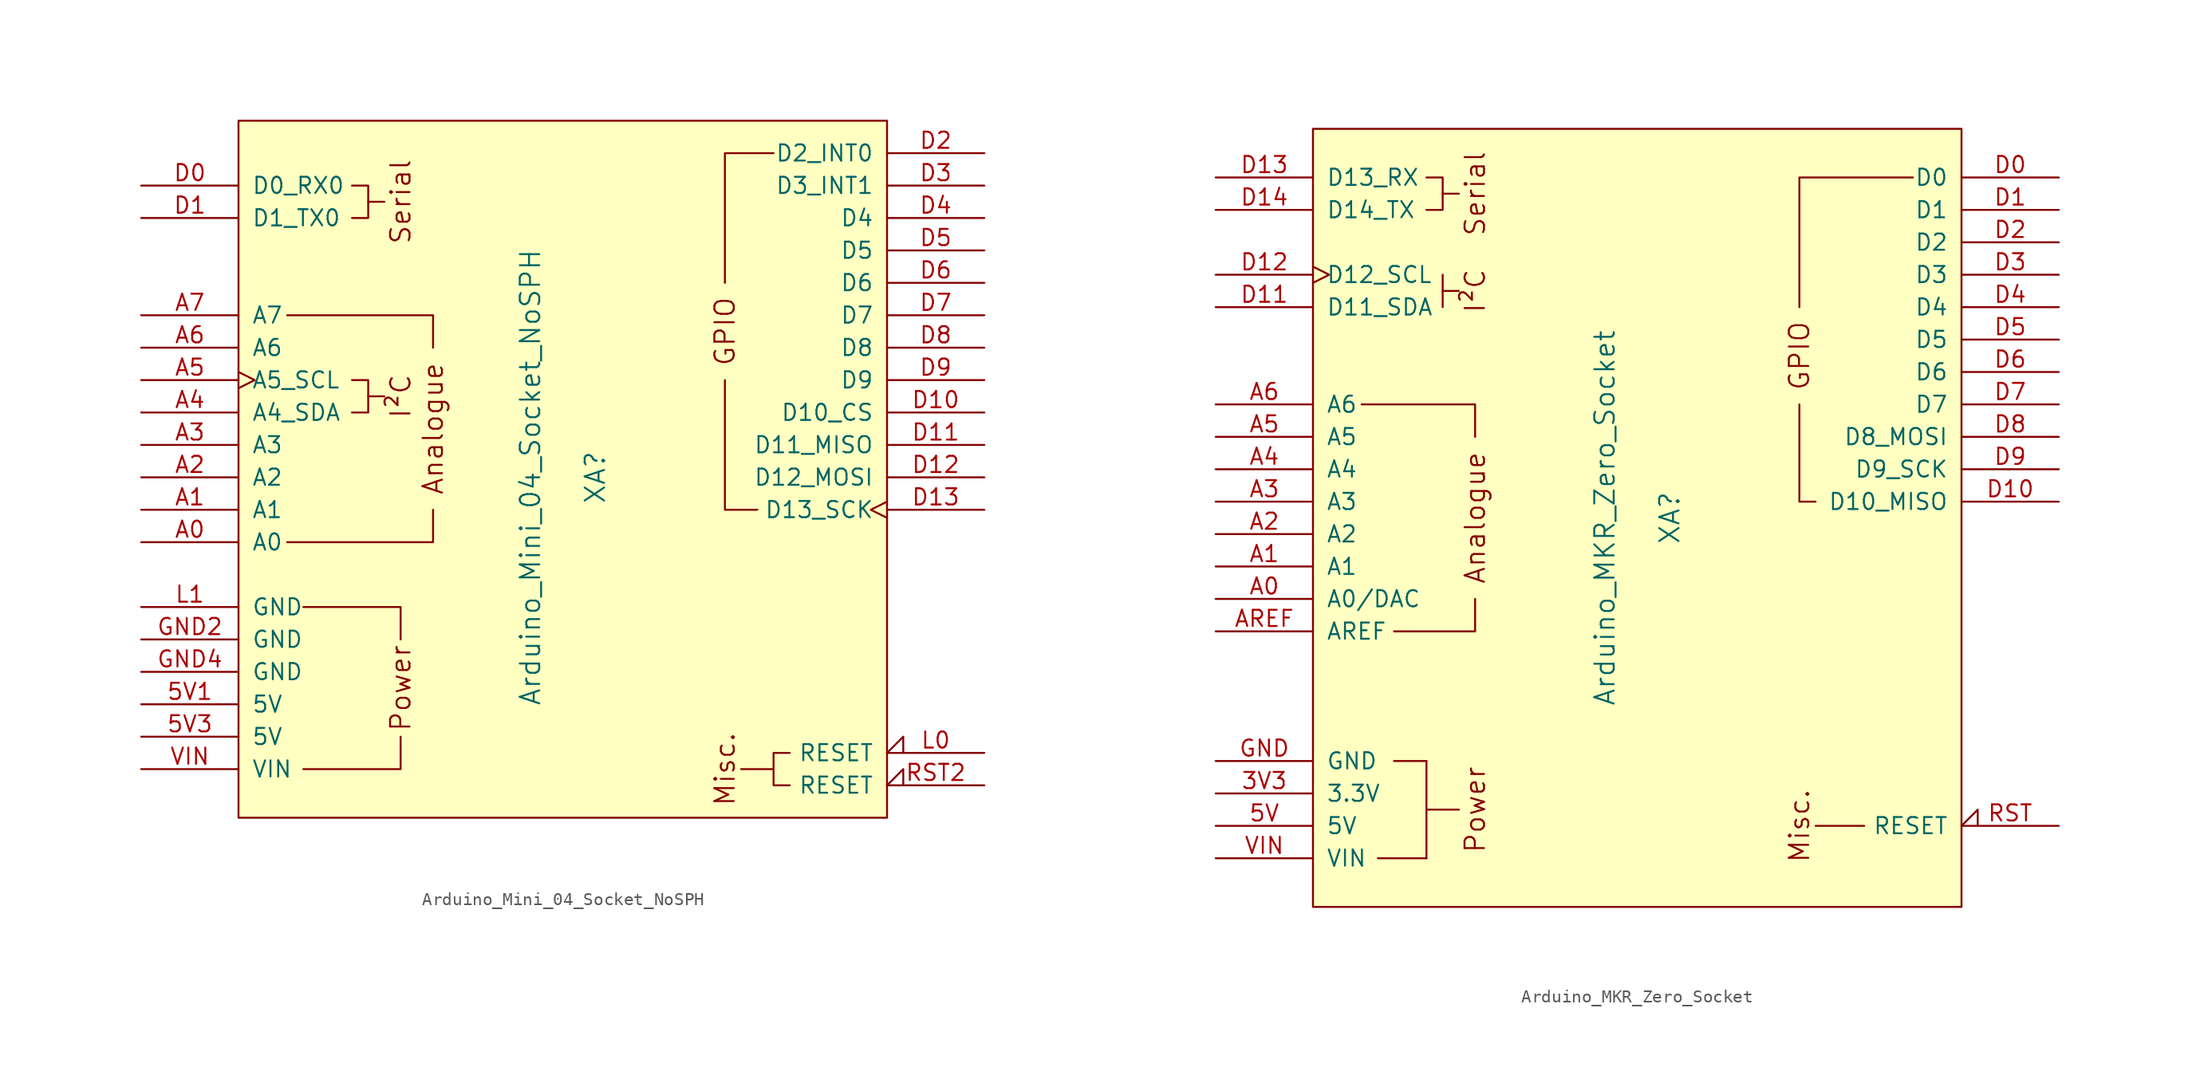
<source format=kicad_sym>
(kicad_symbol_lib
  (version 20211014)
  (generator kicad_symbol_editor)
  (symbol "Arduino_Mini_04_Socket_NoSPH"
    (pin_names
      (offset 1.016))
    (property "Reference" "XA"
      (at 2.54 0 90)
      (effects (font (size 1.524 1.524))))
    (property "Value" "Arduino_Mini_04_Socket_NoSPH"
      (at -2.54 0 90)
      (effects (font (size 1.524 1.524))))
    (symbol "Arduino_Mini_04_Socket_NoSPH_0_0"
      (rectangle (start -25.4 27.94) (end 25.4 -26.67) (stroke (width 0) (type default) (color 0 0 0 0)) (fill (type background)))
      (polyline (pts (xy -15.24 6.35) (xy -13.97 6.35)) (stroke (width 0) (type default) (color 0 0 0 0)) (fill (type none)))
      (polyline (pts (xy -15.24 21.59) (xy -13.97 21.59)) (stroke (width 0) (type default) (color 0 0 0 0)) (fill (type none)))
      (polyline (pts (xy 16.51 -22.86) (xy 13.97 -22.86)) (stroke (width 0) (type default) (color 0 0 0 0)) (fill (type none)))
      (polyline (pts (xy -20.32 -22.86) (xy -12.7 -22.86) (xy -12.7 -20.32)) (stroke (width 0) (type default) (color 0 0 0 0)) (fill (type none)))
      (polyline (pts (xy -12.7 -12.7) (xy -12.7 -10.16) (xy -20.32 -10.16)) (stroke (width 0) (type default) (color 0 0 0 0)) (fill (type none)))
      (polyline (pts (xy -10.16 -2.54) (xy -10.16 -5.08) (xy -21.59 -5.08)) (stroke (width 0) (type default) (color 0 0 0 0)) (fill (type none)))
      (polyline (pts (xy -10.16 10.16) (xy -10.16 12.7) (xy -21.59 12.7)) (stroke (width 0) (type default) (color 0 0 0 0)) (fill (type none)))
      (polyline (pts (xy -16.51 7.62) (xy -15.24 7.62) (xy -15.24 5.08) (xy -16.51 5.08)) (stroke (width 0) (type default) (color 0 0 0 0)) (fill (type none)))
      (polyline (pts (xy -16.51 22.86) (xy -15.24 22.86) (xy -15.24 20.32) (xy -16.51 20.32)) (stroke (width 0) (type default) (color 0 0 0 0)) (fill (type none)))
      (text "Analogue" (at -10.16 3.81 900) (effects (font (size 1.524 1.524))))
      (text "I²C" (at -12.7 6.35 900) (effects (font (size 1.524 1.524))))
      (text "Misc." (at 12.7 -22.86 900) (effects (font (size 1.524 1.524))))
      (text "Power" (at -12.7 -16.51 900) (effects (font (size 1.524 1.524))))
      (text "Serial" (at -12.7 21.59 900) (effects (font (size 1.524 1.524)))))
    (symbol "Arduino_Mini_04_Socket_NoSPH_0_1"
      (polyline (pts (xy 15.24 -2.54) (xy 12.7 -2.54) (xy 12.7 7.62)) (stroke (width 0) (type default) (color 0 0 0 0)) (fill (type none)))
      (polyline (pts (xy 16.51 25.4) (xy 12.7 25.4) (xy 12.7 15.24)) (stroke (width 0) (type default) (color 0 0 0 0)) (fill (type none)))
      (polyline (pts (xy 17.78 -21.59) (xy 16.51 -21.59) (xy 16.51 -24.13) (xy 17.78 -24.13)) (stroke (width 0) (type default) (color 0 0 0 0)) (fill (type none))))
    (symbol "Arduino_Mini_04_Socket_NoSPH_1_0"
      (text "GPIO" (at 12.7 11.43 900) (effects (font (size 1.524 1.524)))))
    (symbol "Arduino_Mini_04_Socket_NoSPH_1_1"
      (pin power_in line (at -33.02 -17.78 0) (length 7.62) (name "5V" (effects (font (size 1.27 1.27)))) (number "5V1" (effects (font (size 1.27 1.27)))))
      (pin power_in line (at -33.02 -20.32 0) (length 7.62) (name "5V" (effects (font (size 1.27 1.27)))) (number "5V3" (effects (font (size 1.27 1.27)))))
      (pin bidirectional line (at -33.02 -5.08 0) (length 7.62) (name "A0" (effects (font (size 1.27 1.27)))) (number "A0" (effects (font (size 1.27 1.27)))))
      (pin bidirectional line (at -33.02 -2.54 0) (length 7.62) (name "A1" (effects (font (size 1.27 1.27)))) (number "A1" (effects (font (size 1.27 1.27)))))
      (pin bidirectional line (at -33.02 0 0) (length 7.62) (name "A2" (effects (font (size 1.27 1.27)))) (number "A2" (effects (font (size 1.27 1.27)))))
      (pin bidirectional line (at -33.02 2.54 0) (length 7.62) (name "A3" (effects (font (size 1.27 1.27)))) (number "A3" (effects (font (size 1.27 1.27)))))
      (pin bidirectional line (at -33.02 5.08 0) (length 7.62) (name "A4_SDA" (effects (font (size 1.27 1.27)))) (number "A4" (effects (font (size 1.27 1.27)))))
      (pin bidirectional clock (at -33.02 7.62 0) (length 7.62) (name "A5_SCL" (effects (font (size 1.27 1.27)))) (number "A5" (effects (font (size 1.27 1.27)))))
      (pin input line (at -33.02 10.16 0) (length 7.62) (name "A6" (effects (font (size 1.27 1.27)))) (number "A6" (effects (font (size 1.27 1.27)))))
      (pin input line (at -33.02 12.7 0) (length 7.62) (name "A7" (effects (font (size 1.27 1.27)))) (number "A7" (effects (font (size 1.27 1.27)))))
      (pin bidirectional line (at -33.02 22.86 0) (length 7.62) (name "D0_RX0" (effects (font (size 1.27 1.27)))) (number "D0" (effects (font (size 1.27 1.27)))))
      (pin bidirectional line (at -33.02 20.32 0) (length 7.62) (name "D1_TX0" (effects (font (size 1.27 1.27)))) (number "D1" (effects (font (size 1.27 1.27)))))
      (pin bidirectional line (at 33.02 5.08 180) (length 7.62) (name "D10_CS" (effects (font (size 1.27 1.27)))) (number "D10" (effects (font (size 1.27 1.27)))))
      (pin bidirectional line (at 33.02 2.54 180) (length 7.62) (name "D11_MISO" (effects (font (size 1.27 1.27)))) (number "D11" (effects (font (size 1.27 1.27)))))
      (pin bidirectional line (at 33.02 0 180) (length 7.62) (name "D12_MOSI" (effects (font (size 1.27 1.27)))) (number "D12" (effects (font (size 1.27 1.27)))))
      (pin bidirectional clock (at 33.02 -2.54 180) (length 7.62) (name "D13_SCK" (effects (font (size 1.27 1.27)))) (number "D13" (effects (font (size 1.27 1.27)))))
      (pin bidirectional line (at 33.02 25.4 180) (length 7.62) (name "D2_INT0" (effects (font (size 1.27 1.27)))) (number "D2" (effects (font (size 1.27 1.27)))))
      (pin bidirectional line (at 33.02 22.86 180) (length 7.62) (name "D3_INT1" (effects (font (size 1.27 1.27)))) (number "D3" (effects (font (size 1.27 1.27)))))
      (pin bidirectional line (at 33.02 20.32 180) (length 7.62) (name "D4" (effects (font (size 1.27 1.27)))) (number "D4" (effects (font (size 1.27 1.27)))))
      (pin bidirectional line (at 33.02 17.78 180) (length 7.62) (name "D5" (effects (font (size 1.27 1.27)))) (number "D5" (effects (font (size 1.27 1.27)))))
      (pin bidirectional line (at 33.02 15.24 180) (length 7.62) (name "D6" (effects (font (size 1.27 1.27)))) (number "D6" (effects (font (size 1.27 1.27)))))
      (pin bidirectional line (at 33.02 12.7 180) (length 7.62) (name "D7" (effects (font (size 1.27 1.27)))) (number "D7" (effects (font (size 1.27 1.27)))))
      (pin bidirectional line (at 33.02 10.16 180) (length 7.62) (name "D8" (effects (font (size 1.27 1.27)))) (number "D8" (effects (font (size 1.27 1.27)))))
      (pin bidirectional line (at 33.02 7.62 180) (length 7.62) (name "D9" (effects (font (size 1.27 1.27)))) (number "D9" (effects (font (size 1.27 1.27)))))
      (pin power_in line (at -33.02 -12.7 0) (length 7.62) (name "GND" (effects (font (size 1.27 1.27)))) (number "GND2" (effects (font (size 1.27 1.27)))))
      (pin power_in line (at -33.02 -15.24 0) (length 7.62) (name "GND" (effects (font (size 1.27 1.27)))) (number "GND4" (effects (font (size 1.27 1.27)))))
      (pin open_collector input_low (at 33.02 -21.59 180) (length 7.62) (name "RESET" (effects (font (size 1.27 1.27)))) (number "L0" (effects (font (size 1.27 1.27)))))
      (pin power_in line (at -33.02 -10.16 0) (length 7.62) (name "GND" (effects (font (size 1.27 1.27)))) (number "L1" (effects (font (size 1.27 1.27)))))
      (pin open_collector input_low (at 33.02 -24.13 180) (length 7.62) (name "RESET" (effects (font (size 1.27 1.27)))) (number "RST2" (effects (font (size 1.27 1.27)))))
      (pin power_in line (at -33.02 -22.86 0) (length 7.62) (name "VIN" (effects (font (size 1.27 1.27)))) (number "VIN" (effects (font (size 1.27 1.27)))))))
  (symbol "Arduino_MKR_Zero_Socket"
    (pin_names
      (offset 1.016))
    (property "Reference" "XA"
      (at 2.54 0 90)
      (effects (font (size 1.524 1.524))))
    (property "Value" "Arduino_MKR_Zero_Socket"
      (at -2.54 0 90)
      (effects (font (size 1.524 1.524))))
    (symbol "Arduino_MKR_Zero_Socket_0_0"
      (rectangle (start -25.4 30.48) (end 25.4 -30.48) (stroke (width 0) (type default) (color 0 0 0 0)) (fill (type background)))
      (rectangle (start -20.32 -26.67) (end -16.51 -26.67) (stroke (width 0) (type default) (color 0 0 0 0)) (fill (type none)))
      (rectangle (start -19.05 -19.05) (end -16.51 -19.05) (stroke (width 0) (type default) (color 0 0 0 0)) (fill (type none)))
      (rectangle (start -16.51 -22.86) (end -13.97 -22.86) (stroke (width 0) (type default) (color 0 0 0 0)) (fill (type none)))
      (polyline (pts (xy -16.51 -19.05) (xy -16.51 -26.67)) (stroke (width 0) (type default) (color 0 0 0 0)) (fill (type none)))
      (polyline (pts (xy -15.24 25.4) (xy -13.97 25.4)) (stroke (width 0) (type default) (color 0 0 0 0)) (fill (type none)))
      (polyline (pts (xy -12.7 -6.35) (xy -12.7 -8.89) (xy -19.05 -8.89)) (stroke (width 0) (type default) (color 0 0 0 0)) (fill (type none)))
      (polyline (pts (xy -12.7 6.35) (xy -12.7 8.89) (xy -21.59 8.89)) (stroke (width 0) (type default) (color 0 0 0 0)) (fill (type none)))
      (polyline (pts (xy 12.7 8.89) (xy 12.7 1.27) (xy 13.97 1.27)) (stroke (width 0) (type default) (color 0 0 0 0)) (fill (type none)))
      (polyline (pts (xy 12.7 16.51) (xy 12.7 26.67) (xy 21.59 26.67)) (stroke (width 0) (type default) (color 0 0 0 0)) (fill (type none)))
      (polyline (pts (xy -16.51 26.67) (xy -15.24 26.67) (xy -15.24 24.13) (xy -16.51 24.13)) (stroke (width 0) (type default) (color 0 0 0 0)) (fill (type none)))
      (rectangle (start 13.97 -24.13) (end 17.78 -24.13) (stroke (width 0) (type default) (color 0 0 0 0)) (fill (type none)))
      (text "Analogue" (at -12.7 0 900) (effects (font (size 1.524 1.524))))
      (text "I²C" (at -12.7 17.78 900) (effects (font (size 1.524 1.524))))
      (text "Misc." (at 12.7 -24.13 900) (effects (font (size 1.524 1.524))))
      (text "Power" (at -12.7 -22.86 900) (effects (font (size 1.524 1.524))))
      (text "Serial" (at -12.7 25.4 900) (effects (font (size 1.524 1.524)))))
    (symbol "Arduino_MKR_Zero_Socket_0_1"
      (polyline (pts (xy -15.24 16.51) (xy -15.24 19.05)) (stroke (width 0) (type default) (color 0 0 0 0)) (fill (type none)))
      (polyline (pts (xy -15.24 17.78) (xy -13.97 17.78)) (stroke (width 0) (type default) (color 0 0 0 0)) (fill (type none))))
    (symbol "Arduino_MKR_Zero_Socket_1_0"
      (text "GPIO" (at 12.7 12.7 900) (effects (font (size 1.524 1.524)))))
    (symbol "Arduino_MKR_Zero_Socket_1_1"
      (pin power_in line (at -33.02 -21.59 0) (length 7.62) (name "3.3V" (effects (font (size 1.27 1.27)))) (number "3V3" (effects (font (size 1.27 1.27)))))
      (pin power_in line (at -33.02 -24.13 0) (length 7.62) (name "5V" (effects (font (size 1.27 1.27)))) (number "5V" (effects (font (size 1.27 1.27)))))
      (pin bidirectional line (at -33.02 -6.35 0) (length 7.62) (name "A0/DAC" (effects (font (size 1.27 1.27)))) (number "A0" (effects (font (size 1.27 1.27)))))
      (pin bidirectional line (at -33.02 -3.81 0) (length 7.62) (name "A1" (effects (font (size 1.27 1.27)))) (number "A1" (effects (font (size 1.27 1.27)))))
      (pin bidirectional line (at -33.02 -1.27 0) (length 7.62) (name "A2" (effects (font (size 1.27 1.27)))) (number "A2" (effects (font (size 1.27 1.27)))))
      (pin bidirectional line (at -33.02 1.27 0) (length 7.62) (name "A3" (effects (font (size 1.27 1.27)))) (number "A3" (effects (font (size 1.27 1.27)))))
      (pin bidirectional line (at -33.02 3.81 0) (length 7.62) (name "A4" (effects (font (size 1.27 1.27)))) (number "A4" (effects (font (size 1.27 1.27)))))
      (pin bidirectional line (at -33.02 6.35 0) (length 7.62) (name "A5" (effects (font (size 1.27 1.27)))) (number "A5" (effects (font (size 1.27 1.27)))))
      (pin bidirectional line (at -33.02 8.89 0) (length 7.62) (name "A6" (effects (font (size 1.27 1.27)))) (number "A6" (effects (font (size 1.27 1.27)))))
      (pin input line (at -33.02 -8.89 0) (length 7.62) (name "AREF" (effects (font (size 1.27 1.27)))) (number "AREF" (effects (font (size 1.27 1.27)))))
      (pin bidirectional line (at 33.02 26.67 180) (length 7.62) (name "D0" (effects (font (size 1.27 1.27)))) (number "D0" (effects (font (size 1.27 1.27)))))
      (pin bidirectional line (at 33.02 24.13 180) (length 7.62) (name "D1" (effects (font (size 1.27 1.27)))) (number "D1" (effects (font (size 1.27 1.27)))))
      (pin bidirectional line (at 33.02 1.27 180) (length 7.62) (name "D10_MISO" (effects (font (size 1.27 1.27)))) (number "D10" (effects (font (size 1.27 1.27)))))
      (pin bidirectional line (at -33.02 16.51 0) (length 7.62) (name "D11_SDA" (effects (font (size 1.27 1.27)))) (number "D11" (effects (font (size 1.27 1.27)))))
      (pin bidirectional clock (at -33.02 19.05 0) (length 7.62) (name "D12_SCL" (effects (font (size 1.27 1.27)))) (number "D12" (effects (font (size 1.27 1.27)))))
      (pin bidirectional line (at -33.02 26.67 0) (length 7.62) (name "D13_RX" (effects (font (size 1.27 1.27)))) (number "D13" (effects (font (size 1.27 1.27)))))
      (pin bidirectional line (at -33.02 24.13 0) (length 7.62) (name "D14_TX" (effects (font (size 1.27 1.27)))) (number "D14" (effects (font (size 1.27 1.27)))))
      (pin bidirectional line (at 33.02 21.59 180) (length 7.62) (name "D2" (effects (font (size 1.27 1.27)))) (number "D2" (effects (font (size 1.27 1.27)))))
      (pin bidirectional line (at 33.02 19.05 180) (length 7.62) (name "D3" (effects (font (size 1.27 1.27)))) (number "D3" (effects (font (size 1.27 1.27)))))
      (pin bidirectional line (at 33.02 16.51 180) (length 7.62) (name "D4" (effects (font (size 1.27 1.27)))) (number "D4" (effects (font (size 1.27 1.27)))))
      (pin bidirectional line (at 33.02 13.97 180) (length 7.62) (name "D5" (effects (font (size 1.27 1.27)))) (number "D5" (effects (font (size 1.27 1.27)))))
      (pin bidirectional line (at 33.02 11.43 180) (length 7.62) (name "D6" (effects (font (size 1.27 1.27)))) (number "D6" (effects (font (size 1.27 1.27)))))
      (pin bidirectional line (at 33.02 8.89 180) (length 7.62) (name "D7" (effects (font (size 1.27 1.27)))) (number "D7" (effects (font (size 1.27 1.27)))))
      (pin bidirectional line (at 33.02 6.35 180) (length 7.62) (name "D8_MOSI" (effects (font (size 1.27 1.27)))) (number "D8" (effects (font (size 1.27 1.27)))))
      (pin bidirectional line (at 33.02 3.81 180) (length 7.62) (name "D9_SCK" (effects (font (size 1.27 1.27)))) (number "D9" (effects (font (size 1.27 1.27)))))
      (pin power_in line (at -33.02 -19.05 0) (length 7.62) (name "GND" (effects (font (size 1.27 1.27)))) (number "GND" (effects (font (size 1.27 1.27)))))
      (pin open_collector input_low (at 33.02 -24.13 180) (length 7.62) (name "RESET" (effects (font (size 1.27 1.27)))) (number "RST" (effects (font (size 1.27 1.27)))))
      (pin power_in line (at -33.02 -26.67 0) (length 7.62) (name "VIN" (effects (font (size 1.27 1.27)))) (number "VIN" (effects (font (size 1.27 1.27))))))))
</source>
